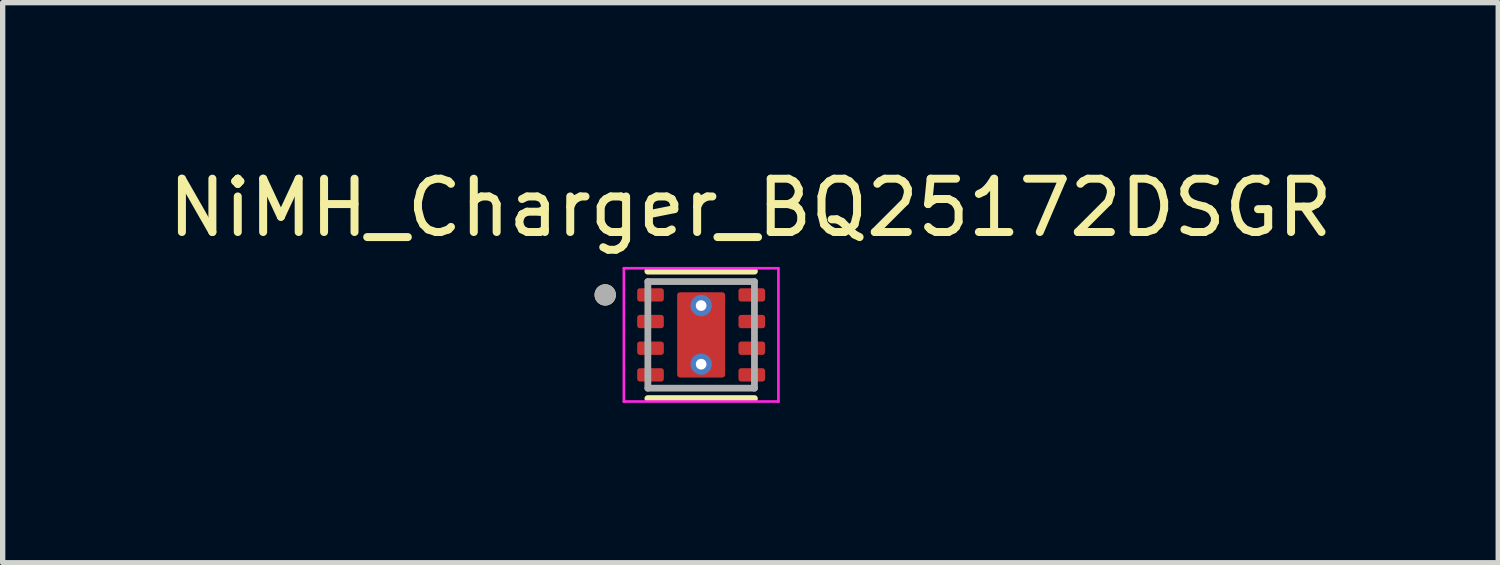
<source format=kicad_pcb>
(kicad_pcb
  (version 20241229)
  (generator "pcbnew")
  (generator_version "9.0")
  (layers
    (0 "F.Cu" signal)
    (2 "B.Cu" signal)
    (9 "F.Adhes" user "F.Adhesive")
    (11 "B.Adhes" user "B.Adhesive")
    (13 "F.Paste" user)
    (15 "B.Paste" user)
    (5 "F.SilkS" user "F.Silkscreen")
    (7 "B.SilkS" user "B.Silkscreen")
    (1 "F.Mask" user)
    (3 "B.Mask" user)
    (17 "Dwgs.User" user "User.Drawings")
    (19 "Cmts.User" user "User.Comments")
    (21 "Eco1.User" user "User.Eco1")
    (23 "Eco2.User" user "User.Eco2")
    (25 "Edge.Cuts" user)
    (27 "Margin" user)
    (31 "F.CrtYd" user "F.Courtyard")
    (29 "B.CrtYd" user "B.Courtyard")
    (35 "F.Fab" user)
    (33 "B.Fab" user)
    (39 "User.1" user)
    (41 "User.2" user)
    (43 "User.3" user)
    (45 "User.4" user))
  (footprint "NiMH_Charger_BQ25172DSGR"
    (layer "F.Cu")
    (at 10.105 3.233)
    (property "Reference" "NiMH_Charger_BQ25172DSGR" (at 0.925 -2.385 0) (layer "F.SilkS") (effects (font (size 1 1) (thickness 0.15))))
    (attr smd)
    (fp_line (start -1 -1.195) (end 1 -1.195) (stroke (width 0.127) (type solid)) (layer "F.SilkS"))
    (fp_line (start -1 1.195) (end 1 1.195) (stroke (width 0.127) (type solid)) (layer "F.SilkS"))
    (fp_circle (center -1.8 -0.75) (end -1.7 -0.75) (stroke (width 0.2) (type solid)) (fill no) (layer "F.SilkS"))
    (fp_poly (pts (xy 0.45 -0.75) (xy 0.45 -0.15) (xy 0.45 -0.147) (xy 0.45 -0.145) (xy 0.449 -0.142) (xy 0.449 -0.14) (xy 0.448 -0.137) (xy 0.448 -0.135) (xy 0.447 -0.132) (xy 0.446 -0.13) (xy 0.445 -0.127) (xy 0.443 -0.125) (xy 0.442 -0.123) (xy 0.44 -0.121) (xy 0.439 -0.119) (xy 0.437 -0.117) (xy 0.435 -0.115) (xy 0.433 -0.113) (xy 0.431 -0.111) (xy 0.429 -0.11) (xy 0.427 -0.108) (xy 0.425 -0.107) (xy 0.423 -0.105) (xy 0.42 -0.104) (xy 0.418 -0.103) (xy 0.415 -0.102) (xy 0.413 -0.102) (xy 0.41 -0.101) (xy 0.408 -0.101) (xy 0.405 -0.1) (xy 0.403 -0.1) (xy 0.4 -0.1) (xy -0.4 -0.1) (xy -0.403 -0.1) (xy -0.405 -0.1) (xy -0.408 -0.101) (xy -0.41 -0.101) (xy -0.413 -0.102) (xy -0.415 -0.102) (xy -0.418 -0.103) (xy -0.42 -0.104) (xy -0.423 -0.105) (xy -0.425 -0.107) (xy -0.427 -0.108) (xy -0.429 -0.11) (xy -0.431 -0.111) (xy -0.433 -0.113) (xy -0.435 -0.115) (xy -0.437 -0.117) (xy -0.439 -0.119) (xy -0.44 -0.121) (xy -0.442 -0.123) (xy -0.443 -0.125) (xy -0.445 -0.127) (xy -0.446 -0.13) (xy -0.447 -0.132) (xy -0.448 -0.135) (xy -0.448 -0.137) (xy -0.449 -0.14) (xy -0.449 -0.142) (xy -0.45 -0.145) (xy -0.45 -0.147) (xy -0.45 -0.15) (xy -0.45 -0.75) (xy -0.45 -0.753) (xy -0.45 -0.755) (xy -0.449 -0.758) (xy -0.449 -0.76) (xy -0.448 -0.763) (xy -0.448 -0.765) (xy -0.447 -0.768) (xy -0.446 -0.77) (xy -0.445 -0.773) (xy -0.443 -0.775) (xy -0.442 -0.777) (xy -0.44 -0.779) (xy -0.439 -0.781) (xy -0.437 -0.783) (xy -0.435 -0.785) (xy -0.433 -0.787) (xy -0.431 -0.789) (xy -0.429 -0.79) (xy -0.427 -0.792) (xy -0.425 -0.793) (xy -0.423 -0.795) (xy -0.42 -0.796) (xy -0.418 -0.797) (xy -0.415 -0.798) (xy -0.413 -0.798) (xy -0.41 -0.799) (xy -0.408 -0.799) (xy -0.405 -0.8) (xy -0.403 -0.8) (xy -0.4 -0.8) (xy 0.4 -0.8) (xy 0.403 -0.8) (xy 0.405 -0.8) (xy 0.408 -0.799) (xy 0.41 -0.799) (xy 0.413 -0.798) (xy 0.415 -0.798) (xy 0.418 -0.797) (xy 0.42 -0.796) (xy 0.423 -0.795) (xy 0.425 -0.793) (xy 0.427 -0.792) (xy 0.429 -0.79) (xy 0.431 -0.789) (xy 0.433 -0.787) (xy 0.435 -0.785) (xy 0.437 -0.783) (xy 0.439 -0.781) (xy 0.44 -0.779) (xy 0.442 -0.777) (xy 0.443 -0.775) (xy 0.445 -0.773) (xy 0.446 -0.77) (xy 0.447 -0.768) (xy 0.448 -0.765) (xy 0.448 -0.763) (xy 0.449 -0.76) (xy 0.449 -0.758) (xy 0.45 -0.755) (xy 0.45 -0.753) (xy 0.45 -0.75)) (stroke (width 0.01) (type solid)) (fill yes) (layer "F.Paste"))
    (fp_poly (pts (xy 0.45 0.15) (xy 0.45 0.75) (xy 0.45 0.753) (xy 0.45 0.755) (xy 0.449 0.758) (xy 0.449 0.76) (xy 0.448 0.763) (xy 0.448 0.765) (xy 0.447 0.768) (xy 0.446 0.77) (xy 0.445 0.773) (xy 0.443 0.775) (xy 0.442 0.777) (xy 0.44 0.779) (xy 0.439 0.781) (xy 0.437 0.783) (xy 0.435 0.785) (xy 0.433 0.787) (xy 0.431 0.789) (xy 0.429 0.79) (xy 0.427 0.792) (xy 0.425 0.793) (xy 0.423 0.795) (xy 0.42 0.796) (xy 0.418 0.797) (xy 0.415 0.798) (xy 0.413 0.798) (xy 0.41 0.799) (xy 0.408 0.799) (xy 0.405 0.8) (xy 0.403 0.8) (xy 0.4 0.8) (xy -0.4 0.8) (xy -0.403 0.8) (xy -0.405 0.8) (xy -0.408 0.799) (xy -0.41 0.799) (xy -0.413 0.798) (xy -0.415 0.798) (xy -0.418 0.797) (xy -0.42 0.796) (xy -0.423 0.795) (xy -0.425 0.793) (xy -0.427 0.792) (xy -0.429 0.79) (xy -0.431 0.789) (xy -0.433 0.787) (xy -0.435 0.785) (xy -0.437 0.783) (xy -0.439 0.781) (xy -0.44 0.779) (xy -0.442 0.777) (xy -0.443 0.775) (xy -0.445 0.773) (xy -0.446 0.77) (xy -0.447 0.768) (xy -0.448 0.765) (xy -0.448 0.763) (xy -0.449 0.76) (xy -0.449 0.758) (xy -0.45 0.755) (xy -0.45 0.753) (xy -0.45 0.75) (xy -0.45 0.15) (xy -0.45 0.147) (xy -0.45 0.145) (xy -0.449 0.142) (xy -0.449 0.14) (xy -0.448 0.137) (xy -0.448 0.135) (xy -0.447 0.132) (xy -0.446 0.13) (xy -0.445 0.127) (xy -0.443 0.125) (xy -0.442 0.123) (xy -0.44 0.121) (xy -0.439 0.119) (xy -0.437 0.117) (xy -0.435 0.115) (xy -0.433 0.113) (xy -0.431 0.111) (xy -0.429 0.11) (xy -0.427 0.108) (xy -0.425 0.107) (xy -0.423 0.105) (xy -0.42 0.104) (xy -0.418 0.103) (xy -0.415 0.102) (xy -0.413 0.102) (xy -0.41 0.101) (xy -0.408 0.101) (xy -0.405 0.1) (xy -0.403 0.1) (xy -0.4 0.1) (xy 0.4 0.1) (xy 0.403 0.1) (xy 0.405 0.1) (xy 0.408 0.101) (xy 0.41 0.101) (xy 0.413 0.102) (xy 0.415 0.102) (xy 0.418 0.103) (xy 0.42 0.104) (xy 0.423 0.105) (xy 0.425 0.107) (xy 0.427 0.108) (xy 0.429 0.11) (xy 0.431 0.111) (xy 0.433 0.113) (xy 0.435 0.115) (xy 0.437 0.117) (xy 0.439 0.119) (xy 0.44 0.121) (xy 0.442 0.123) (xy 0.443 0.125) (xy 0.445 0.127) (xy 0.446 0.13) (xy 0.447 0.132) (xy 0.448 0.135) (xy 0.448 0.137) (xy 0.449 0.14) (xy 0.449 0.142) (xy 0.45 0.145) (xy 0.45 0.147) (xy 0.45 0.15)) (stroke (width 0.01) (type solid)) (fill yes) (layer "F.Paste"))
    (fp_line (start -1.45 -1.25) (end -1.45 1.25) (stroke (width 0.05) (type solid)) (layer "F.CrtYd"))
    (fp_line (start -1.45 -1.25) (end 1.45 -1.25) (stroke (width 0.05) (type solid)) (layer "F.CrtYd"))
    (fp_line (start -1.45 1.25) (end 1.45 1.25) (stroke (width 0.05) (type solid)) (layer "F.CrtYd"))
    (fp_line (start 1.45 -1.25) (end 1.45 1.25) (stroke (width 0.05) (type solid)) (layer "F.CrtYd"))
    (fp_line (start -1 -1) (end -1 1) (stroke (width 0.127) (type solid)) (layer "F.Fab"))
    (fp_line (start -1 -1) (end 1 -1) (stroke (width 0.127) (type solid)) (layer "F.Fab"))
    (fp_line (start -1 1) (end 1 1) (stroke (width 0.127) (type solid)) (layer "F.Fab"))
    (fp_line (start 1 -1) (end 1 1) (stroke (width 0.127) (type solid)) (layer "F.Fab"))
    (fp_circle (center -1.8 -0.75) (end -1.7 -0.75) (stroke (width 0.2) (type solid)) (fill no) (layer "F.Fab"))
    (pad "1" smd roundrect (at -0.95 -0.75) (size 0.5 0.25) (layers "F.Cu" "F.Mask" "F.Paste") (roundrect_rratio 0.2))
    (pad "2" smd roundrect (at -0.95 -0.25) (size 0.5 0.25) (layers "F.Cu" "F.Mask" "F.Paste") (roundrect_rratio 0.2))
    (pad "3" smd roundrect (at -0.95 0.25) (size 0.5 0.25) (layers "F.Cu" "F.Mask" "F.Paste") (roundrect_rratio 0.2))
    (pad "4" smd roundrect (at -0.95 0.75) (size 0.5 0.25) (layers "F.Cu" "F.Mask" "F.Paste") (roundrect_rratio 0.2))
    (pad "5" smd roundrect (at 0.95 0.75) (size 0.5 0.25) (layers "F.Cu" "F.Mask" "F.Paste") (roundrect_rratio 0.2))
    (pad "6" smd roundrect (at 0.95 0.25) (size 0.5 0.25) (layers "F.Cu" "F.Mask" "F.Paste") (roundrect_rratio 0.2))
    (pad "7" smd roundrect (at 0.95 -0.25) (size 0.5 0.25) (layers "F.Cu" "F.Mask" "F.Paste") (roundrect_rratio 0.2))
    (pad "8" smd roundrect (at 0.95 -0.75) (size 0.5 0.25) (layers "F.Cu" "F.Mask" "F.Paste") (roundrect_rratio 0.2))
    (pad "9" smd roundrect (at 0 0) (size 0.9 1.6) (layers "F.Cu" "F.Mask") (roundrect_rratio 0.06))
    (pad "10" thru_hole circle (at 0 -0.55) (size 0.4 0.4) (drill 0.2) (layers "*.Cu"))
    (pad "11" thru_hole circle (at 0 0.55) (size 0.4 0.4) (drill 0.2) (layers "*.Cu")))
  (gr_rect
    (start -3 -3)
    (end 25.06 7.508)
    (stroke (width 0.1) (type default))
    (fill no)
    (layer "Edge.Cuts")))
</source>
